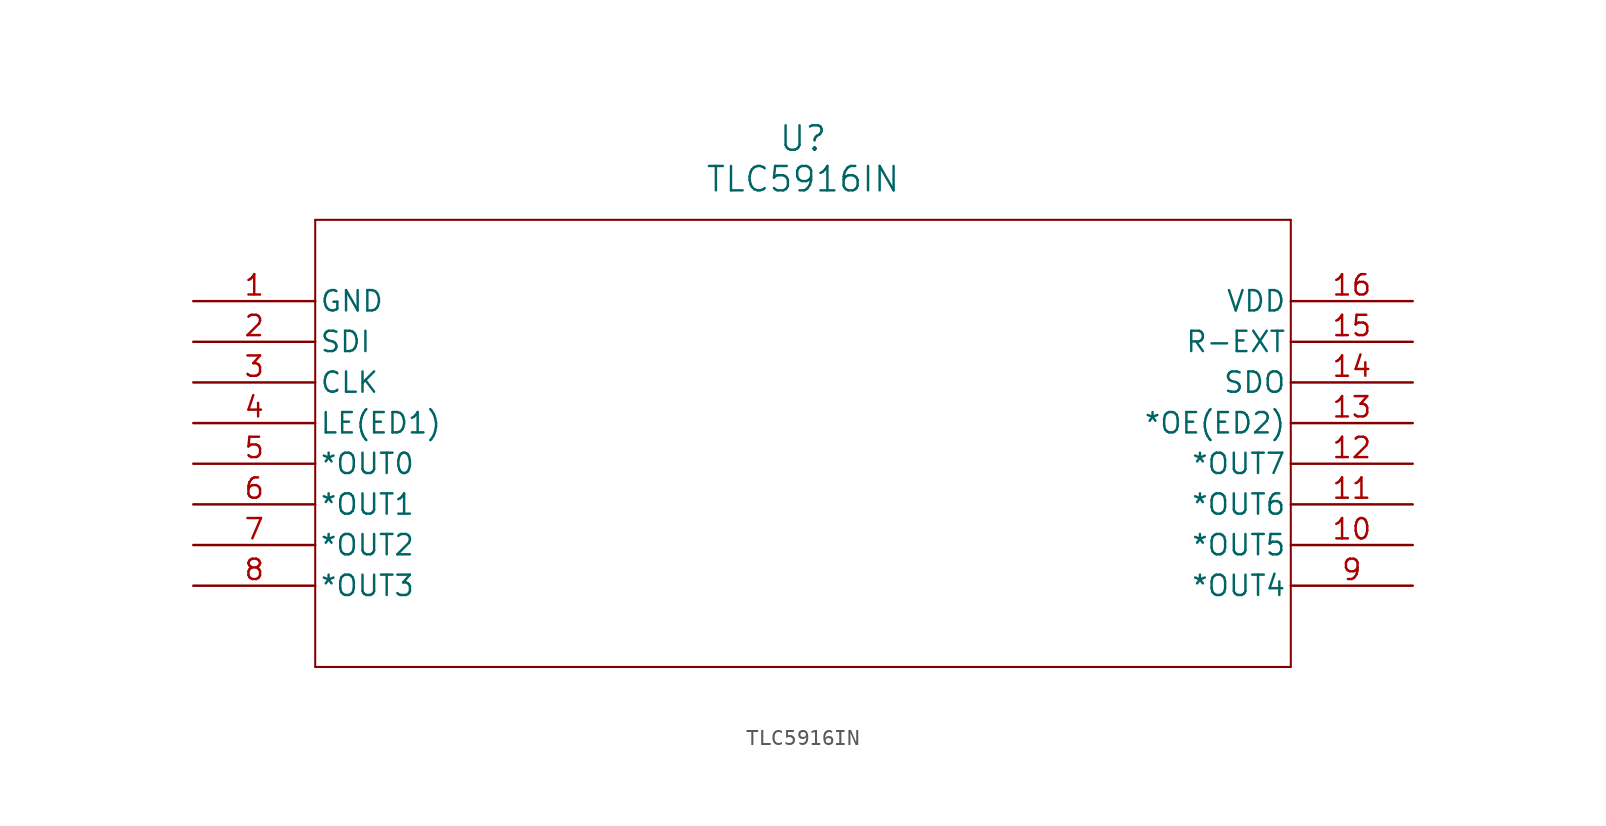
<source format=kicad_sym>
(kicad_symbol_lib
  (version 20211014)
  (generator kicad_symbol_editor)
  (symbol "TLC5916IN"
    (pin_names
      (offset 0.254))
    (property "Reference" "U"
      (at 38.1 10.16 0)
      (effects (font (size 1.524 1.524))))
    (property "Value" "TLC5916IN"
      (at 38.1 7.62 0)
      (effects (font (size 1.524 1.524))))
    (symbol "TLC5916IN_0_1"
      (polyline (pts (xy 7.62 5.08) (xy 7.62 -22.86)) (stroke (width 0.127) (type default) (color 0 0 0 0)) (fill (type none)))
      (polyline (pts (xy 7.62 -22.86) (xy 68.58 -22.86)) (stroke (width 0.127) (type default) (color 0 0 0 0)) (fill (type none)))
      (polyline (pts (xy 68.58 -22.86) (xy 68.58 5.08)) (stroke (width 0.127) (type default) (color 0 0 0 0)) (fill (type none)))
      (polyline (pts (xy 68.58 5.08) (xy 7.62 5.08)) (stroke (width 0.127) (type default) (color 0 0 0 0)) (fill (type none)))
      (pin power_in line (at 0 0 0) (length 7.62) (name "GND" (effects (font (size 1.27 1.27)))) (number "1" (effects (font (size 1.27 1.27)))))
      (pin input line (at 0 -2.54 0) (length 7.62) (name "SDI" (effects (font (size 1.27 1.27)))) (number "2" (effects (font (size 1.27 1.27)))))
      (pin input line (at 0 -5.08 0) (length 7.62) (name "CLK" (effects (font (size 1.27 1.27)))) (number "3" (effects (font (size 1.27 1.27)))))
      (pin input line (at 0 -7.62 0) (length 7.62) (name "LE(ED1)" (effects (font (size 1.27 1.27)))) (number "4" (effects (font (size 1.27 1.27)))))
      (pin output line (at 0 -10.16 0) (length 7.62) (name "*OUT0" (effects (font (size 1.27 1.27)))) (number "5" (effects (font (size 1.27 1.27)))))
      (pin output line (at 0 -12.7 0) (length 7.62) (name "*OUT1" (effects (font (size 1.27 1.27)))) (number "6" (effects (font (size 1.27 1.27)))))
      (pin output line (at 0 -15.24 0) (length 7.62) (name "*OUT2" (effects (font (size 1.27 1.27)))) (number "7" (effects (font (size 1.27 1.27)))))
      (pin output line (at 0 -17.78 0) (length 7.62) (name "*OUT3" (effects (font (size 1.27 1.27)))) (number "8" (effects (font (size 1.27 1.27)))))
      (pin output line (at 76.2 -17.78 180) (length 7.62) (name "*OUT4" (effects (font (size 1.27 1.27)))) (number "9" (effects (font (size 1.27 1.27)))))
      (pin output line (at 76.2 -15.24 180) (length 7.62) (name "*OUT5" (effects (font (size 1.27 1.27)))) (number "10" (effects (font (size 1.27 1.27)))))
      (pin output line (at 76.2 -12.7 180) (length 7.62) (name "*OUT6" (effects (font (size 1.27 1.27)))) (number "11" (effects (font (size 1.27 1.27)))))
      (pin output line (at 76.2 -10.16 180) (length 7.62) (name "*OUT7" (effects (font (size 1.27 1.27)))) (number "12" (effects (font (size 1.27 1.27)))))
      (pin output line (at 76.2 -7.62 180) (length 7.62) (name "*OE(ED2)" (effects (font (size 1.27 1.27)))) (number "13" (effects (font (size 1.27 1.27)))))
      (pin output line (at 76.2 -5.08 180) (length 7.62) (name "SDO" (effects (font (size 1.27 1.27)))) (number "14" (effects (font (size 1.27 1.27)))))
      (pin unspecified line (at 76.2 -2.54 180) (length 7.62) (name "R-EXT" (effects (font (size 1.27 1.27)))) (number "15" (effects (font (size 1.27 1.27)))))
      (pin power_in line (at 76.2 0 180) (length 7.62) (name "VDD" (effects (font (size 1.27 1.27)))) (number "16" (effects (font (size 1.27 1.27))))))))
</source>
